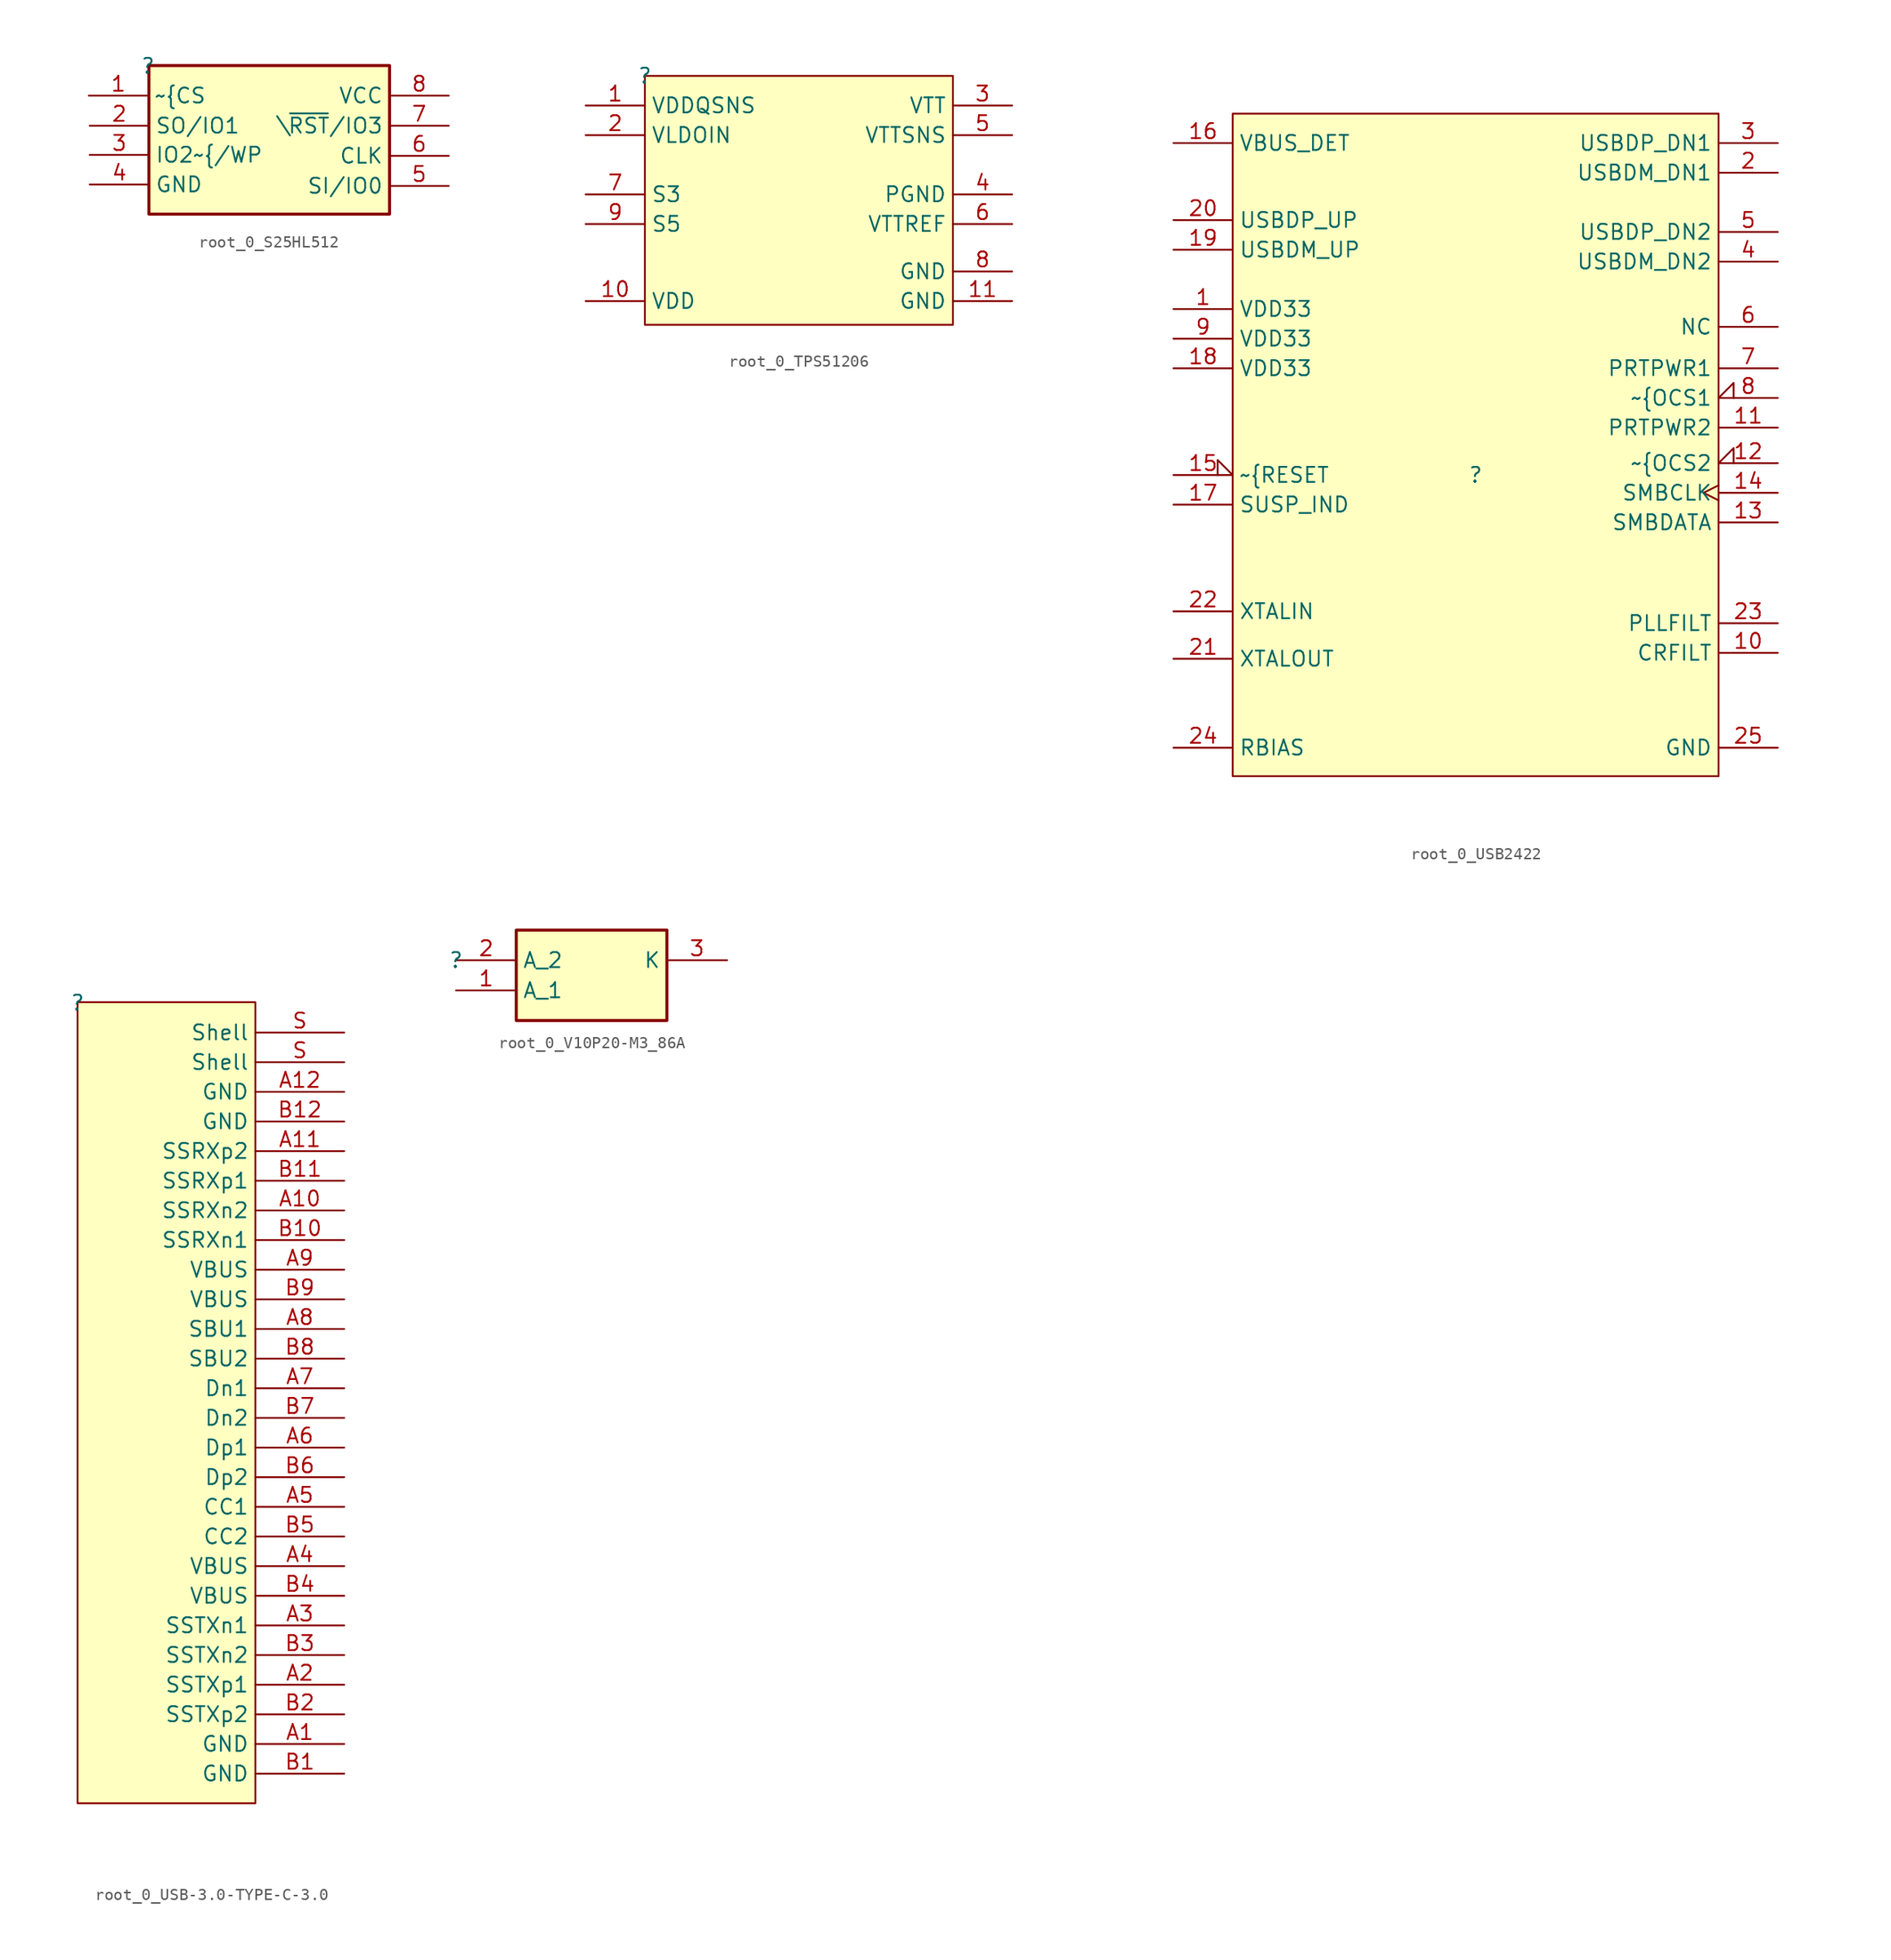
<source format=kicad_sym>
(kicad_symbol_lib
  (version 20220914)
  (generator kicad_symbol_editor)
  (symbol "root_0_S25HL512"
    (property "Reference" ""
      (at 0 0 0)
      (effects (font (size 1.27 1.27))))
    (property "Value" ""
      (at 0 0 0)
      (effects (font (size 1.27 1.27))))
    (symbol "root_0_S25HL512_1_0"
      (rectangle (start 20.4 0.04) (end 0.08 -12.5) (stroke (width 0.254) (type solid)) (fill (type background)))
      (pin passive line (at -5 -2.5 0) (length 5) (name "~{CS" (effects (font (size 1.27 1.27)))) (number "1" (effects (font (size 1.27 1.27)))))
      (pin passive line (at -4.92 -5.04 0) (length 5) (name "SO/IO1" (effects (font (size 1.27 1.27)))) (number "2" (effects (font (size 1.27 1.27)))))
      (pin passive line (at -4.92 -7.5 0) (length 5) (name "IO2~{/WP" (effects (font (size 1.27 1.27)))) (number "3" (effects (font (size 1.27 1.27)))))
      (pin passive line (at -4.92 -10 0) (length 5) (name "GND" (effects (font (size 1.27 1.27)))) (number "4" (effects (font (size 1.27 1.27)))))
      (pin passive line (at 25.4 -10.12 180) (length 5) (name "SI/IO0" (effects (font (size 1.27 1.27)))) (number "5" (effects (font (size 1.27 1.27)))))
      (pin passive line (at 25.4 -7.58 180) (length 5) (name "CLK" (effects (font (size 1.27 1.27)))) (number "6" (effects (font (size 1.27 1.27)))))
      (pin passive line (at 25.4 -5.04 180) (length 5) (name "\\~{RST}/IO3" (effects (font (size 1.27 1.27)))) (number "7" (effects (font (size 1.27 1.27)))))
      (pin passive line (at 25.4 -2.5 180) (length 5) (name "VCC" (effects (font (size 1.27 1.27)))) (number "8" (effects (font (size 1.27 1.27)))))))
  (symbol "root_0_TPS51206"
    (property "Reference" ""
      (at 0 0 0)
      (effects (font (size 1.27 1.27))))
    (property "Value" ""
      (at 0 0 0)
      (effects (font (size 1.27 1.27))))
    (symbol "root_0_TPS51206_1_0"
      (rectangle (start 26 0) (end 0 -21) (stroke (width 0) (type solid)) (fill (type background)))
      (pin input line (at -5 -2.5 0) (length 5) (name "VDDQSNS" (effects (font (size 1.27 1.27)))) (number "1" (effects (font (size 1.27 1.27)))))
      (pin power_in line (at -5 -19 0) (length 5) (name "VDD" (effects (font (size 1.27 1.27)))) (number "10" (effects (font (size 1.27 1.27)))))
      (pin passive line (at 31 -19 180) (length 5) (name "GND" (effects (font (size 1.27 1.27)))) (number "11" (effects (font (size 1.27 1.27)))))
      (pin input line (at -5 -5 0) (length 5) (name "VLDOIN" (effects (font (size 1.27 1.27)))) (number "2" (effects (font (size 1.27 1.27)))))
      (pin output line (at 31 -2.5 180) (length 5) (name "VTT" (effects (font (size 1.27 1.27)))) (number "3" (effects (font (size 1.27 1.27)))))
      (pin power_in line (at 31 -10 180) (length 5) (name "PGND" (effects (font (size 1.27 1.27)))) (number "4" (effects (font (size 1.27 1.27)))))
      (pin input line (at 31 -5 180) (length 5) (name "VTTSNS" (effects (font (size 1.27 1.27)))) (number "5" (effects (font (size 1.27 1.27)))))
      (pin output line (at 31 -12.5 180) (length 5) (name "VTTREF" (effects (font (size 1.27 1.27)))) (number "6" (effects (font (size 1.27 1.27)))))
      (pin input line (at -5 -10 0) (length 5) (name "S3" (effects (font (size 1.27 1.27)))) (number "7" (effects (font (size 1.27 1.27)))))
      (pin power_in line (at 31 -16.5 180) (length 5) (name "GND" (effects (font (size 1.27 1.27)))) (number "8" (effects (font (size 1.27 1.27)))))
      (pin input line (at -5 -12.5 0) (length 5) (name "S5" (effects (font (size 1.27 1.27)))) (number "9" (effects (font (size 1.27 1.27)))))))
  (symbol "root_0_USB2422"
    (property "Reference" ""
      (at 0 0 0)
      (effects (font (size 1.27 1.27))))
    (property "Value" ""
      (at 0 0 0)
      (effects (font (size 1.27 1.27))))
    (symbol "root_0_USB2422_1_0"
      (rectangle (start 20.5 30.48) (end -20.5 -25.4) (stroke (width 0) (type solid)) (fill (type background)))
      (pin power_in line (at -25.5 14 0) (length 5) (name "VDD33" (effects (font (size 1.27 1.27)))) (number "1" (effects (font (size 1.27 1.27)))))
      (pin passive line (at 25.5 -15 180) (length 5) (name "CRFILT" (effects (font (size 1.27 1.27)))) (number "10" (effects (font (size 1.27 1.27)))))
      (pin output line (at 25.5 4 180) (length 5) (name "PRTPWR2" (effects (font (size 1.27 1.27)))) (number "11" (effects (font (size 1.27 1.27)))))
      (pin passive input_low (at 25.5 1 180) (length 5) (name "~{OCS2" (effects (font (size 1.27 1.27)))) (number "12" (effects (font (size 1.27 1.27)))))
      (pin bidirectional line (at 25.5 -4 180) (length 5) (name "SMBDATA" (effects (font (size 1.27 1.27)))) (number "13" (effects (font (size 1.27 1.27)))))
      (pin passive clock (at 25.5 -1.5 180) (length 5) (name "SMBCLK" (effects (font (size 1.27 1.27)))) (number "14" (effects (font (size 1.27 1.27)))))
      (pin passive input_low (at -25.5 0 0) (length 5) (name "~{RESET" (effects (font (size 1.27 1.27)))) (number "15" (effects (font (size 1.27 1.27)))))
      (pin passive line (at -25.5 28 0) (length 5) (name "VBUS_DET" (effects (font (size 1.27 1.27)))) (number "16" (effects (font (size 1.27 1.27)))))
      (pin passive line (at -25.5 -2.5 0) (length 5) (name "SUSP_IND" (effects (font (size 1.27 1.27)))) (number "17" (effects (font (size 1.27 1.27)))))
      (pin power_in line (at -25.5 9 0) (length 5) (name "VDD33" (effects (font (size 1.27 1.27)))) (number "18" (effects (font (size 1.27 1.27)))))
      (pin passive line (at -25.5 19 0) (length 5) (name "USBDM_UP" (effects (font (size 1.27 1.27)))) (number "19" (effects (font (size 1.27 1.27)))))
      (pin passive line (at 25.5 25.5 180) (length 5) (name "USBDM_DN1" (effects (font (size 1.27 1.27)))) (number "2" (effects (font (size 1.27 1.27)))))
      (pin passive line (at -25.5 21.5 0) (length 5) (name "USBDP_UP" (effects (font (size 1.27 1.27)))) (number "20" (effects (font (size 1.27 1.27)))))
      (pin passive line (at -25.5 -15.5 0) (length 5) (name "XTALOUT" (effects (font (size 1.27 1.27)))) (number "21" (effects (font (size 1.27 1.27)))))
      (pin passive line (at -25.5 -11.5 0) (length 5) (name "XTALIN" (effects (font (size 1.27 1.27)))) (number "22" (effects (font (size 1.27 1.27)))))
      (pin passive line (at 25.5 -12.5 180) (length 5) (name "PLLFILT" (effects (font (size 1.27 1.27)))) (number "23" (effects (font (size 1.27 1.27)))))
      (pin passive line (at -25.5 -23 0) (length 5) (name "RBIAS" (effects (font (size 1.27 1.27)))) (number "24" (effects (font (size 1.27 1.27)))))
      (pin passive line (at 25.5 -23 180) (length 5) (name "GND" (effects (font (size 1.27 1.27)))) (number "25" (effects (font (size 1.27 1.27)))))
      (pin passive line (at 25.5 28 180) (length 5) (name "USBDP_DN1" (effects (font (size 1.27 1.27)))) (number "3" (effects (font (size 1.27 1.27)))))
      (pin passive line (at 25.5 18 180) (length 5) (name "USBDM_DN2" (effects (font (size 1.27 1.27)))) (number "4" (effects (font (size 1.27 1.27)))))
      (pin passive line (at 25.5 20.5 180) (length 5) (name "USBDP_DN2" (effects (font (size 1.27 1.27)))) (number "5" (effects (font (size 1.27 1.27)))))
      (pin passive line (at 25.5 12.5 180) (length 5) (name "NC" (effects (font (size 1.27 1.27)))) (number "6" (effects (font (size 1.27 1.27)))))
      (pin output line (at 25.5 9 180) (length 5) (name "PRTPWR1" (effects (font (size 1.27 1.27)))) (number "7" (effects (font (size 1.27 1.27)))))
      (pin passive input_low (at 25.5 6.5 180) (length 5) (name "~{OCS1" (effects (font (size 1.27 1.27)))) (number "8" (effects (font (size 1.27 1.27)))))
      (pin power_in line (at -25.5 11.5 0) (length 5) (name "VDD33" (effects (font (size 1.27 1.27)))) (number "9" (effects (font (size 1.27 1.27)))))))
  (symbol "root_0_USB-3.0-TYPE-C-3.0"
    (property "Reference" ""
      (at 0 0 0)
      (effects (font (size 1.27 1.27))))
    (property "Value" ""
      (at 0 0 0)
      (effects (font (size 1.27 1.27))))
    (symbol "root_0_USB-3.0-TYPE-C-3.0_1_0"
      (rectangle (start 15 0.06) (end 0 -67.5) (stroke (width 0) (type solid)) (fill (type background)))
      (pin power_in line (at 22.5 -62.5 180) (length 7.5) (name "GND" (effects (font (size 1.27 1.27)))) (number "A1" (effects (font (size 1.27 1.27)))))
      (pin output line (at 22.5 -17.5 180) (length 7.5) (name "SSRXn2" (effects (font (size 1.27 1.27)))) (number "A10" (effects (font (size 1.27 1.27)))))
      (pin output line (at 22.5 -12.5 180) (length 7.5) (name "SSRXp2" (effects (font (size 1.27 1.27)))) (number "A11" (effects (font (size 1.27 1.27)))))
      (pin power_in line (at 22.5 -7.5 180) (length 7.5) (name "GND" (effects (font (size 1.27 1.27)))) (number "A12" (effects (font (size 1.27 1.27)))))
      (pin input line (at 22.5 -57.5 180) (length 7.5) (name "SSTXp1" (effects (font (size 1.27 1.27)))) (number "A2" (effects (font (size 1.27 1.27)))))
      (pin input line (at 22.5 -52.5 180) (length 7.5) (name "SSTXn1" (effects (font (size 1.27 1.27)))) (number "A3" (effects (font (size 1.27 1.27)))))
      (pin power_in line (at 22.5 -47.5 180) (length 7.5) (name "VBUS" (effects (font (size 1.27 1.27)))) (number "A4" (effects (font (size 1.27 1.27)))))
      (pin power_in line (at 22.5 -42.5 180) (length 7.5) (name "CC1" (effects (font (size 1.27 1.27)))) (number "A5" (effects (font (size 1.27 1.27)))))
      (pin bidirectional line (at 22.5 -37.5 180) (length 7.5) (name "Dp1" (effects (font (size 1.27 1.27)))) (number "A6" (effects (font (size 1.27 1.27)))))
      (pin bidirectional line (at 22.5 -32.5 180) (length 7.5) (name "Dn1" (effects (font (size 1.27 1.27)))) (number "A7" (effects (font (size 1.27 1.27)))))
      (pin power_in line (at 22.5 -27.5 180) (length 7.5) (name "SBU1" (effects (font (size 1.27 1.27)))) (number "A8" (effects (font (size 1.27 1.27)))))
      (pin power_in line (at 22.5 -22.5 180) (length 7.5) (name "VBUS" (effects (font (size 1.27 1.27)))) (number "A9" (effects (font (size 1.27 1.27)))))
      (pin power_in line (at 22.5 -65 180) (length 7.5) (name "GND" (effects (font (size 1.27 1.27)))) (number "B1" (effects (font (size 1.27 1.27)))))
      (pin output line (at 22.5 -20 180) (length 7.5) (name "SSRXn1" (effects (font (size 1.27 1.27)))) (number "B10" (effects (font (size 1.27 1.27)))))
      (pin output line (at 22.5 -15 180) (length 7.5) (name "SSRXp1" (effects (font (size 1.27 1.27)))) (number "B11" (effects (font (size 1.27 1.27)))))
      (pin power_in line (at 22.5 -10 180) (length 7.5) (name "GND" (effects (font (size 1.27 1.27)))) (number "B12" (effects (font (size 1.27 1.27)))))
      (pin input line (at 22.5 -60 180) (length 7.5) (name "SSTXp2" (effects (font (size 1.27 1.27)))) (number "B2" (effects (font (size 1.27 1.27)))))
      (pin input line (at 22.5 -55 180) (length 7.5) (name "SSTXn2" (effects (font (size 1.27 1.27)))) (number "B3" (effects (font (size 1.27 1.27)))))
      (pin power_in line (at 22.5 -50 180) (length 7.5) (name "VBUS" (effects (font (size 1.27 1.27)))) (number "B4" (effects (font (size 1.27 1.27)))))
      (pin power_in line (at 22.5 -45 180) (length 7.5) (name "CC2" (effects (font (size 1.27 1.27)))) (number "B5" (effects (font (size 1.27 1.27)))))
      (pin bidirectional line (at 22.5 -40 180) (length 7.5) (name "Dp2" (effects (font (size 1.27 1.27)))) (number "B6" (effects (font (size 1.27 1.27)))))
      (pin bidirectional line (at 22.5 -35 180) (length 7.5) (name "Dn2" (effects (font (size 1.27 1.27)))) (number "B7" (effects (font (size 1.27 1.27)))))
      (pin power_in line (at 22.5 -30 180) (length 7.5) (name "SBU2" (effects (font (size 1.27 1.27)))) (number "B8" (effects (font (size 1.27 1.27)))))
      (pin power_in line (at 22.5 -25 180) (length 7.5) (name "VBUS" (effects (font (size 1.27 1.27)))) (number "B9" (effects (font (size 1.27 1.27)))))
      (pin power_in line (at 22.5 -5 180) (length 7.5) (name "Shell" (effects (font (size 1.27 1.27)))) (number "S" (effects (font (size 1.27 1.27)))))
      (pin power_in line (at 22.5 -2.5 180) (length 7.5) (name "Shell" (effects (font (size 1.27 1.27)))) (number "S" (effects (font (size 1.27 1.27)))))))
  (symbol "root_0_V10P20-M3_86A"
    (property "Reference" ""
      (at 0 0 0)
      (effects (font (size 1.27 1.27))))
    (property "Value" ""
      (at 0 0 0)
      (effects (font (size 1.27 1.27))))
    (symbol "root_0_V10P20-M3_86A_1_0"
      (rectangle (start 17.78 2.54) (end 5.08 -5.08) (stroke (width 0.254) (type solid)) (fill (type background)))
      (pin passive line (at 0 -2.54 0) (length 5.08) (name "A_1" (effects (font (size 1.27 1.27)))) (number "1" (effects (font (size 1.27 1.27)))))
      (pin passive line (at 0 0 0) (length 5.08) (name "A_2" (effects (font (size 1.27 1.27)))) (number "2" (effects (font (size 1.27 1.27)))))
      (pin passive line (at 22.86 0 180) (length 5.08) (name "K" (effects (font (size 1.27 1.27)))) (number "3" (effects (font (size 1.27 1.27))))))))
</source>
